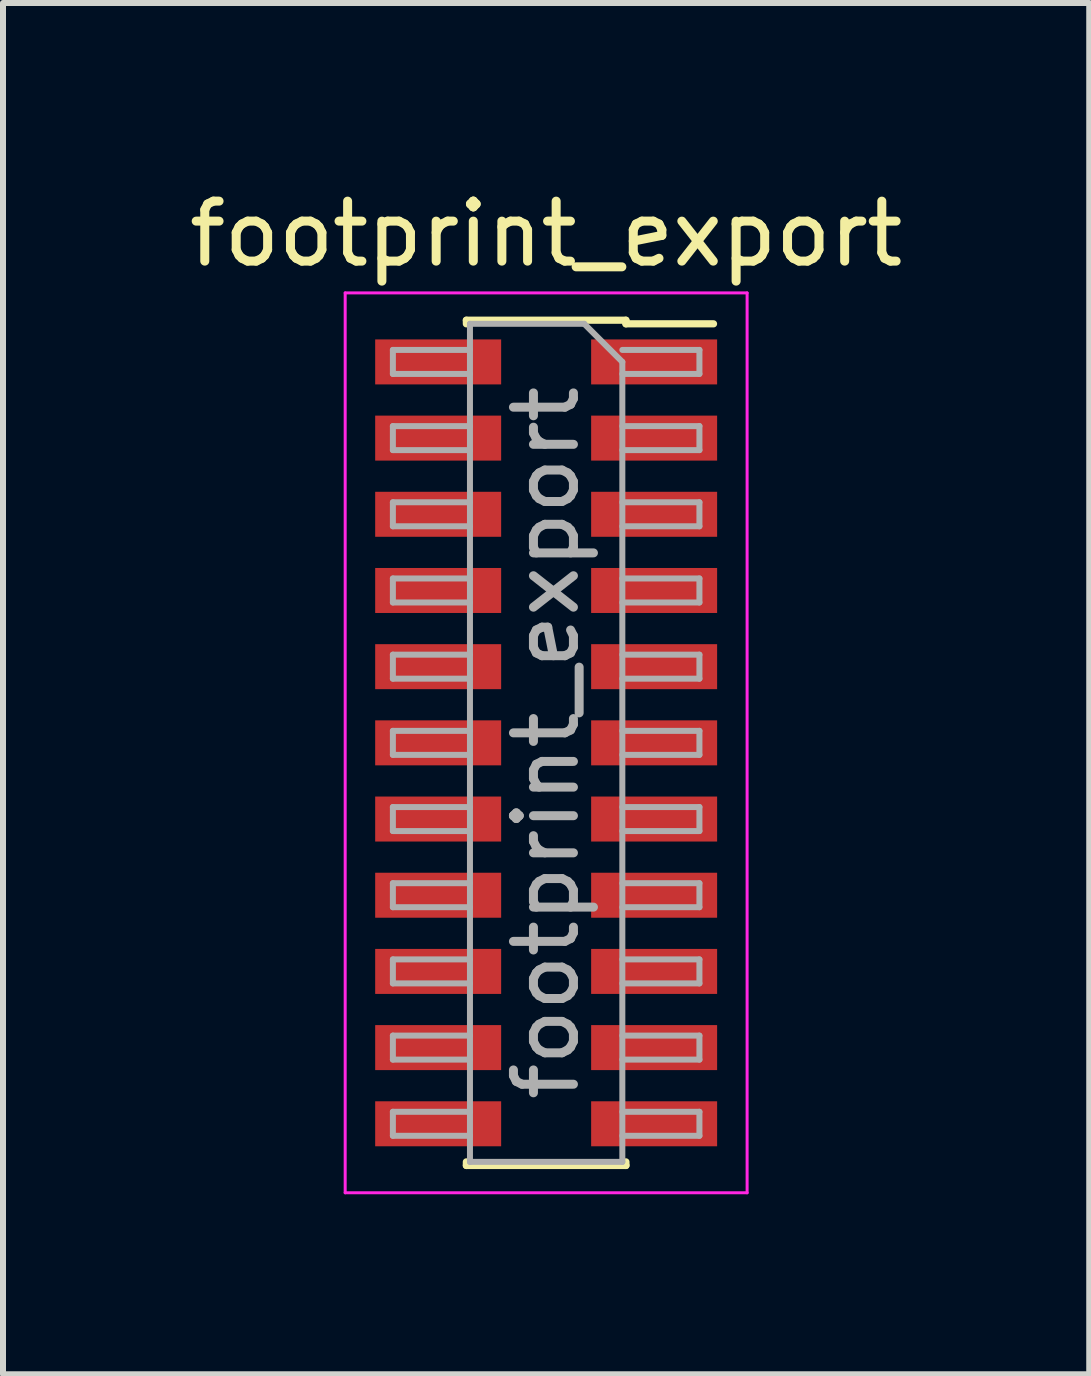
<source format=kicad_pcb>
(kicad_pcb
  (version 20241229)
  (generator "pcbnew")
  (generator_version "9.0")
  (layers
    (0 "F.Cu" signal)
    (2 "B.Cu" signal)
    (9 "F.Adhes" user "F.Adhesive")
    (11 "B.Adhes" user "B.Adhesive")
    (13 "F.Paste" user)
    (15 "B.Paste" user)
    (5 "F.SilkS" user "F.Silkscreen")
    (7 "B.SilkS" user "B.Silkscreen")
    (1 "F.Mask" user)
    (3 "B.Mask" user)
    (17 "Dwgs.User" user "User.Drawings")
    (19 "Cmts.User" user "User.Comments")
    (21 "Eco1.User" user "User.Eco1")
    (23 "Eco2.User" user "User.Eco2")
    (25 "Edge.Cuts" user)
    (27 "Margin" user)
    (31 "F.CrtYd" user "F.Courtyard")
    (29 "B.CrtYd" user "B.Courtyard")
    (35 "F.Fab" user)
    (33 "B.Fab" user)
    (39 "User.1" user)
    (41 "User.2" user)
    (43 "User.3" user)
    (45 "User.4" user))
  (footprint "footprint_export"
    (layer "F.Cu")
    (at 6.054 9.333)
    (property "Reference" "footprint_export" (at 0 -8.485 0) (layer "F.SilkS") (effects (font (size 1 1) (thickness 0.15))))
    (attr smd)
    (fp_line (start -1.33 -7.045) (end -1.33 -6.985) (stroke (width 0.12) (type solid)) (layer "F.SilkS"))
    (fp_line (start -1.33 -7.045) (end 1.33 -7.045) (stroke (width 0.12) (type solid)) (layer "F.SilkS"))
    (fp_line (start -1.33 6.985) (end -1.33 7.045) (stroke (width 0.12) (type solid)) (layer "F.SilkS"))
    (fp_line (start -1.33 7.045) (end 1.33 7.045) (stroke (width 0.12) (type solid)) (layer "F.SilkS"))
    (fp_line (start 1.33 -7.045) (end 1.33 -6.985) (stroke (width 0.12) (type solid)) (layer "F.SilkS"))
    (fp_line (start 1.33 -6.985) (end 2.79 -6.985) (stroke (width 0.12) (type solid)) (layer "F.SilkS"))
    (fp_line (start 1.33 6.985) (end 1.33 7.045) (stroke (width 0.12) (type solid)) (layer "F.SilkS"))
    (fp_line (start -3.35 -7.5) (end 3.35 -7.5) (stroke (width 0.05) (type solid)) (layer "F.CrtYd"))
    (fp_line (start -3.35 7.5) (end -3.35 -7.5) (stroke (width 0.05) (type solid)) (layer "F.CrtYd"))
    (fp_line (start 3.35 -7.5) (end 3.35 7.5) (stroke (width 0.05) (type solid)) (layer "F.CrtYd"))
    (fp_line (start 3.35 7.5) (end -3.35 7.5) (stroke (width 0.05) (type solid)) (layer "F.CrtYd"))
    (fp_line (start -2.555 -6.55) (end -1.27 -6.55) (stroke (width 0.1) (type solid)) (layer "F.Fab"))
    (fp_line (start -2.555 -6.15) (end -2.555 -6.55) (stroke (width 0.1) (type solid)) (layer "F.Fab"))
    (fp_line (start -2.555 -5.28) (end -1.27 -5.28) (stroke (width 0.1) (type solid)) (layer "F.Fab"))
    (fp_line (start -2.555 -4.88) (end -2.555 -5.28) (stroke (width 0.1) (type solid)) (layer "F.Fab"))
    (fp_line (start -2.555 -4.01) (end -1.27 -4.01) (stroke (width 0.1) (type solid)) (layer "F.Fab"))
    (fp_line (start -2.555 -3.61) (end -2.555 -4.01) (stroke (width 0.1) (type solid)) (layer "F.Fab"))
    (fp_line (start -2.555 -2.74) (end -1.27 -2.74) (stroke (width 0.1) (type solid)) (layer "F.Fab"))
    (fp_line (start -2.555 -2.34) (end -2.555 -2.74) (stroke (width 0.1) (type solid)) (layer "F.Fab"))
    (fp_line (start -2.555 -1.47) (end -1.27 -1.47) (stroke (width 0.1) (type solid)) (layer "F.Fab"))
    (fp_line (start -2.555 -1.07) (end -2.555 -1.47) (stroke (width 0.1) (type solid)) (layer "F.Fab"))
    (fp_line (start -2.555 -0.2) (end -1.27 -0.2) (stroke (width 0.1) (type solid)) (layer "F.Fab"))
    (fp_line (start -2.555 0.2) (end -2.555 -0.2) (stroke (width 0.1) (type solid)) (layer "F.Fab"))
    (fp_line (start -2.555 1.07) (end -1.27 1.07) (stroke (width 0.1) (type solid)) (layer "F.Fab"))
    (fp_line (start -2.555 1.47) (end -2.555 1.07) (stroke (width 0.1) (type solid)) (layer "F.Fab"))
    (fp_line (start -2.555 2.34) (end -1.27 2.34) (stroke (width 0.1) (type solid)) (layer "F.Fab"))
    (fp_line (start -2.555 2.74) (end -2.555 2.34) (stroke (width 0.1) (type solid)) (layer "F.Fab"))
    (fp_line (start -2.555 3.61) (end -1.27 3.61) (stroke (width 0.1) (type solid)) (layer "F.Fab"))
    (fp_line (start -2.555 4.01) (end -2.555 3.61) (stroke (width 0.1) (type solid)) (layer "F.Fab"))
    (fp_line (start -2.555 4.88) (end -1.27 4.88) (stroke (width 0.1) (type solid)) (layer "F.Fab"))
    (fp_line (start -2.555 5.28) (end -2.555 4.88) (stroke (width 0.1) (type solid)) (layer "F.Fab"))
    (fp_line (start -2.555 6.15) (end -1.27 6.15) (stroke (width 0.1) (type solid)) (layer "F.Fab"))
    (fp_line (start -2.555 6.55) (end -2.555 6.15) (stroke (width 0.1) (type solid)) (layer "F.Fab"))
    (fp_line (start -1.27 -6.985) (end 0.635 -6.985) (stroke (width 0.1) (type solid)) (layer "F.Fab"))
    (fp_line (start -1.27 -6.15) (end -2.555 -6.15) (stroke (width 0.1) (type solid)) (layer "F.Fab"))
    (fp_line (start -1.27 -4.88) (end -2.555 -4.88) (stroke (width 0.1) (type solid)) (layer "F.Fab"))
    (fp_line (start -1.27 -3.61) (end -2.555 -3.61) (stroke (width 0.1) (type solid)) (layer "F.Fab"))
    (fp_line (start -1.27 -2.34) (end -2.555 -2.34) (stroke (width 0.1) (type solid)) (layer "F.Fab"))
    (fp_line (start -1.27 -1.07) (end -2.555 -1.07) (stroke (width 0.1) (type solid)) (layer "F.Fab"))
    (fp_line (start -1.27 0.2) (end -2.555 0.2) (stroke (width 0.1) (type solid)) (layer "F.Fab"))
    (fp_line (start -1.27 1.47) (end -2.555 1.47) (stroke (width 0.1) (type solid)) (layer "F.Fab"))
    (fp_line (start -1.27 2.74) (end -2.555 2.74) (stroke (width 0.1) (type solid)) (layer "F.Fab"))
    (fp_line (start -1.27 4.01) (end -2.555 4.01) (stroke (width 0.1) (type solid)) (layer "F.Fab"))
    (fp_line (start -1.27 5.28) (end -2.555 5.28) (stroke (width 0.1) (type solid)) (layer "F.Fab"))
    (fp_line (start -1.27 6.55) (end -2.555 6.55) (stroke (width 0.1) (type solid)) (layer "F.Fab"))
    (fp_line (start -1.27 6.985) (end -1.27 -6.985) (stroke (width 0.1) (type solid)) (layer "F.Fab"))
    (fp_line (start 0.635 -6.985) (end 1.27 -6.35) (stroke (width 0.1) (type solid)) (layer "F.Fab"))
    (fp_line (start 1.27 -6.55) (end 2.555 -6.55) (stroke (width 0.1) (type solid)) (layer "F.Fab"))
    (fp_line (start 1.27 -6.35) (end 1.27 6.985) (stroke (width 0.1) (type solid)) (layer "F.Fab"))
    (fp_line (start 1.27 -5.28) (end 2.555 -5.28) (stroke (width 0.1) (type solid)) (layer "F.Fab"))
    (fp_line (start 1.27 -4.01) (end 2.555 -4.01) (stroke (width 0.1) (type solid)) (layer "F.Fab"))
    (fp_line (start 1.27 -2.74) (end 2.555 -2.74) (stroke (width 0.1) (type solid)) (layer "F.Fab"))
    (fp_line (start 1.27 -1.47) (end 2.555 -1.47) (stroke (width 0.1) (type solid)) (layer "F.Fab"))
    (fp_line (start 1.27 -0.2) (end 2.555 -0.2) (stroke (width 0.1) (type solid)) (layer "F.Fab"))
    (fp_line (start 1.27 1.07) (end 2.555 1.07) (stroke (width 0.1) (type solid)) (layer "F.Fab"))
    (fp_line (start 1.27 2.34) (end 2.555 2.34) (stroke (width 0.1) (type solid)) (layer "F.Fab"))
    (fp_line (start 1.27 3.61) (end 2.555 3.61) (stroke (width 0.1) (type solid)) (layer "F.Fab"))
    (fp_line (start 1.27 4.88) (end 2.555 4.88) (stroke (width 0.1) (type solid)) (layer "F.Fab"))
    (fp_line (start 1.27 6.15) (end 2.555 6.15) (stroke (width 0.1) (type solid)) (layer "F.Fab"))
    (fp_line (start 1.27 6.985) (end -1.27 6.985) (stroke (width 0.1) (type solid)) (layer "F.Fab"))
    (fp_line (start 2.555 -6.55) (end 2.555 -6.15) (stroke (width 0.1) (type solid)) (layer "F.Fab"))
    (fp_line (start 2.555 -6.15) (end 1.27 -6.15) (stroke (width 0.1) (type solid)) (layer "F.Fab"))
    (fp_line (start 2.555 -5.28) (end 2.555 -4.88) (stroke (width 0.1) (type solid)) (layer "F.Fab"))
    (fp_line (start 2.555 -4.88) (end 1.27 -4.88) (stroke (width 0.1) (type solid)) (layer "F.Fab"))
    (fp_line (start 2.555 -4.01) (end 2.555 -3.61) (stroke (width 0.1) (type solid)) (layer "F.Fab"))
    (fp_line (start 2.555 -3.61) (end 1.27 -3.61) (stroke (width 0.1) (type solid)) (layer "F.Fab"))
    (fp_line (start 2.555 -2.74) (end 2.555 -2.34) (stroke (width 0.1) (type solid)) (layer "F.Fab"))
    (fp_line (start 2.555 -2.34) (end 1.27 -2.34) (stroke (width 0.1) (type solid)) (layer "F.Fab"))
    (fp_line (start 2.555 -1.47) (end 2.555 -1.07) (stroke (width 0.1) (type solid)) (layer "F.Fab"))
    (fp_line (start 2.555 -1.07) (end 1.27 -1.07) (stroke (width 0.1) (type solid)) (layer "F.Fab"))
    (fp_line (start 2.555 -0.2) (end 2.555 0.2) (stroke (width 0.1) (type solid)) (layer "F.Fab"))
    (fp_line (start 2.555 0.2) (end 1.27 0.2) (stroke (width 0.1) (type solid)) (layer "F.Fab"))
    (fp_line (start 2.555 1.07) (end 2.555 1.47) (stroke (width 0.1) (type solid)) (layer "F.Fab"))
    (fp_line (start 2.555 1.47) (end 1.27 1.47) (stroke (width 0.1) (type solid)) (layer "F.Fab"))
    (fp_line (start 2.555 2.34) (end 2.555 2.74) (stroke (width 0.1) (type solid)) (layer "F.Fab"))
    (fp_line (start 2.555 2.74) (end 1.27 2.74) (stroke (width 0.1) (type solid)) (layer "F.Fab"))
    (fp_line (start 2.555 3.61) (end 2.555 4.01) (stroke (width 0.1) (type solid)) (layer "F.Fab"))
    (fp_line (start 2.555 4.01) (end 1.27 4.01) (stroke (width 0.1) (type solid)) (layer "F.Fab"))
    (fp_line (start 2.555 4.88) (end 2.555 5.28) (stroke (width 0.1) (type solid)) (layer "F.Fab"))
    (fp_line (start 2.555 5.28) (end 1.27 5.28) (stroke (width 0.1) (type solid)) (layer "F.Fab"))
    (fp_line (start 2.555 6.15) (end 2.555 6.55) (stroke (width 0.1) (type solid)) (layer "F.Fab"))
    (fp_line (start 2.555 6.55) (end 1.27 6.55) (stroke (width 0.1) (type solid)) (layer "F.Fab"))
    (fp_text user "${REFERENCE}" (at 0 0 90) (layer "F.Fab") (effects (font (size 1 1) (thickness 0.15))))
    (pad "1" smd rect (at 1.8 -6.35) (size 2.1 0.75) (layers "F.Cu" "F.Mask" "F.Paste"))
    (pad "2" smd rect (at -1.8 -6.35) (size 2.1 0.75) (layers "F.Cu" "F.Mask" "F.Paste"))
    (pad "3" smd rect (at 1.8 -5.08) (size 2.1 0.75) (layers "F.Cu" "F.Mask" "F.Paste"))
    (pad "4" smd rect (at -1.8 -5.08) (size 2.1 0.75) (layers "F.Cu" "F.Mask" "F.Paste"))
    (pad "5" smd rect (at 1.8 -3.81) (size 2.1 0.75) (layers "F.Cu" "F.Mask" "F.Paste"))
    (pad "6" smd rect (at -1.8 -3.81) (size 2.1 0.75) (layers "F.Cu" "F.Mask" "F.Paste"))
    (pad "7" smd rect (at 1.8 -2.54) (size 2.1 0.75) (layers "F.Cu" "F.Mask" "F.Paste"))
    (pad "8" smd rect (at -1.8 -2.54) (size 2.1 0.75) (layers "F.Cu" "F.Mask" "F.Paste"))
    (pad "9" smd rect (at 1.8 -1.27) (size 2.1 0.75) (layers "F.Cu" "F.Mask" "F.Paste"))
    (pad "10" smd rect (at -1.8 -1.27) (size 2.1 0.75) (layers "F.Cu" "F.Mask" "F.Paste"))
    (pad "11" smd rect (at 1.8 0) (size 2.1 0.75) (layers "F.Cu" "F.Mask" "F.Paste"))
    (pad "12" smd rect (at -1.8 0) (size 2.1 0.75) (layers "F.Cu" "F.Mask" "F.Paste"))
    (pad "13" smd rect (at 1.8 1.27) (size 2.1 0.75) (layers "F.Cu" "F.Mask" "F.Paste"))
    (pad "14" smd rect (at -1.8 1.27) (size 2.1 0.75) (layers "F.Cu" "F.Mask" "F.Paste"))
    (pad "15" smd rect (at 1.8 2.54) (size 2.1 0.75) (layers "F.Cu" "F.Mask" "F.Paste"))
    (pad "16" smd rect (at -1.8 2.54) (size 2.1 0.75) (layers "F.Cu" "F.Mask" "F.Paste"))
    (pad "17" smd rect (at 1.8 3.81) (size 2.1 0.75) (layers "F.Cu" "F.Mask" "F.Paste"))
    (pad "18" smd rect (at -1.8 3.81) (size 2.1 0.75) (layers "F.Cu" "F.Mask" "F.Paste"))
    (pad "19" smd rect (at 1.8 5.08) (size 2.1 0.75) (layers "F.Cu" "F.Mask" "F.Paste"))
    (pad "20" smd rect (at -1.8 5.08) (size 2.1 0.75) (layers "F.Cu" "F.Mask" "F.Paste"))
    (pad "21" smd rect (at 1.8 6.35) (size 2.1 0.75) (layers "F.Cu" "F.Mask" "F.Paste"))
    (pad "22" smd rect (at -1.8 6.35) (size 2.1 0.75) (layers "F.Cu" "F.Mask" "F.Paste")))
  (gr_rect
    (start -3 -3)
    (end 15.107 19.858)
    (stroke (width 0.1) (type default))
    (fill no)
    (layer "Edge.Cuts")))
</source>
